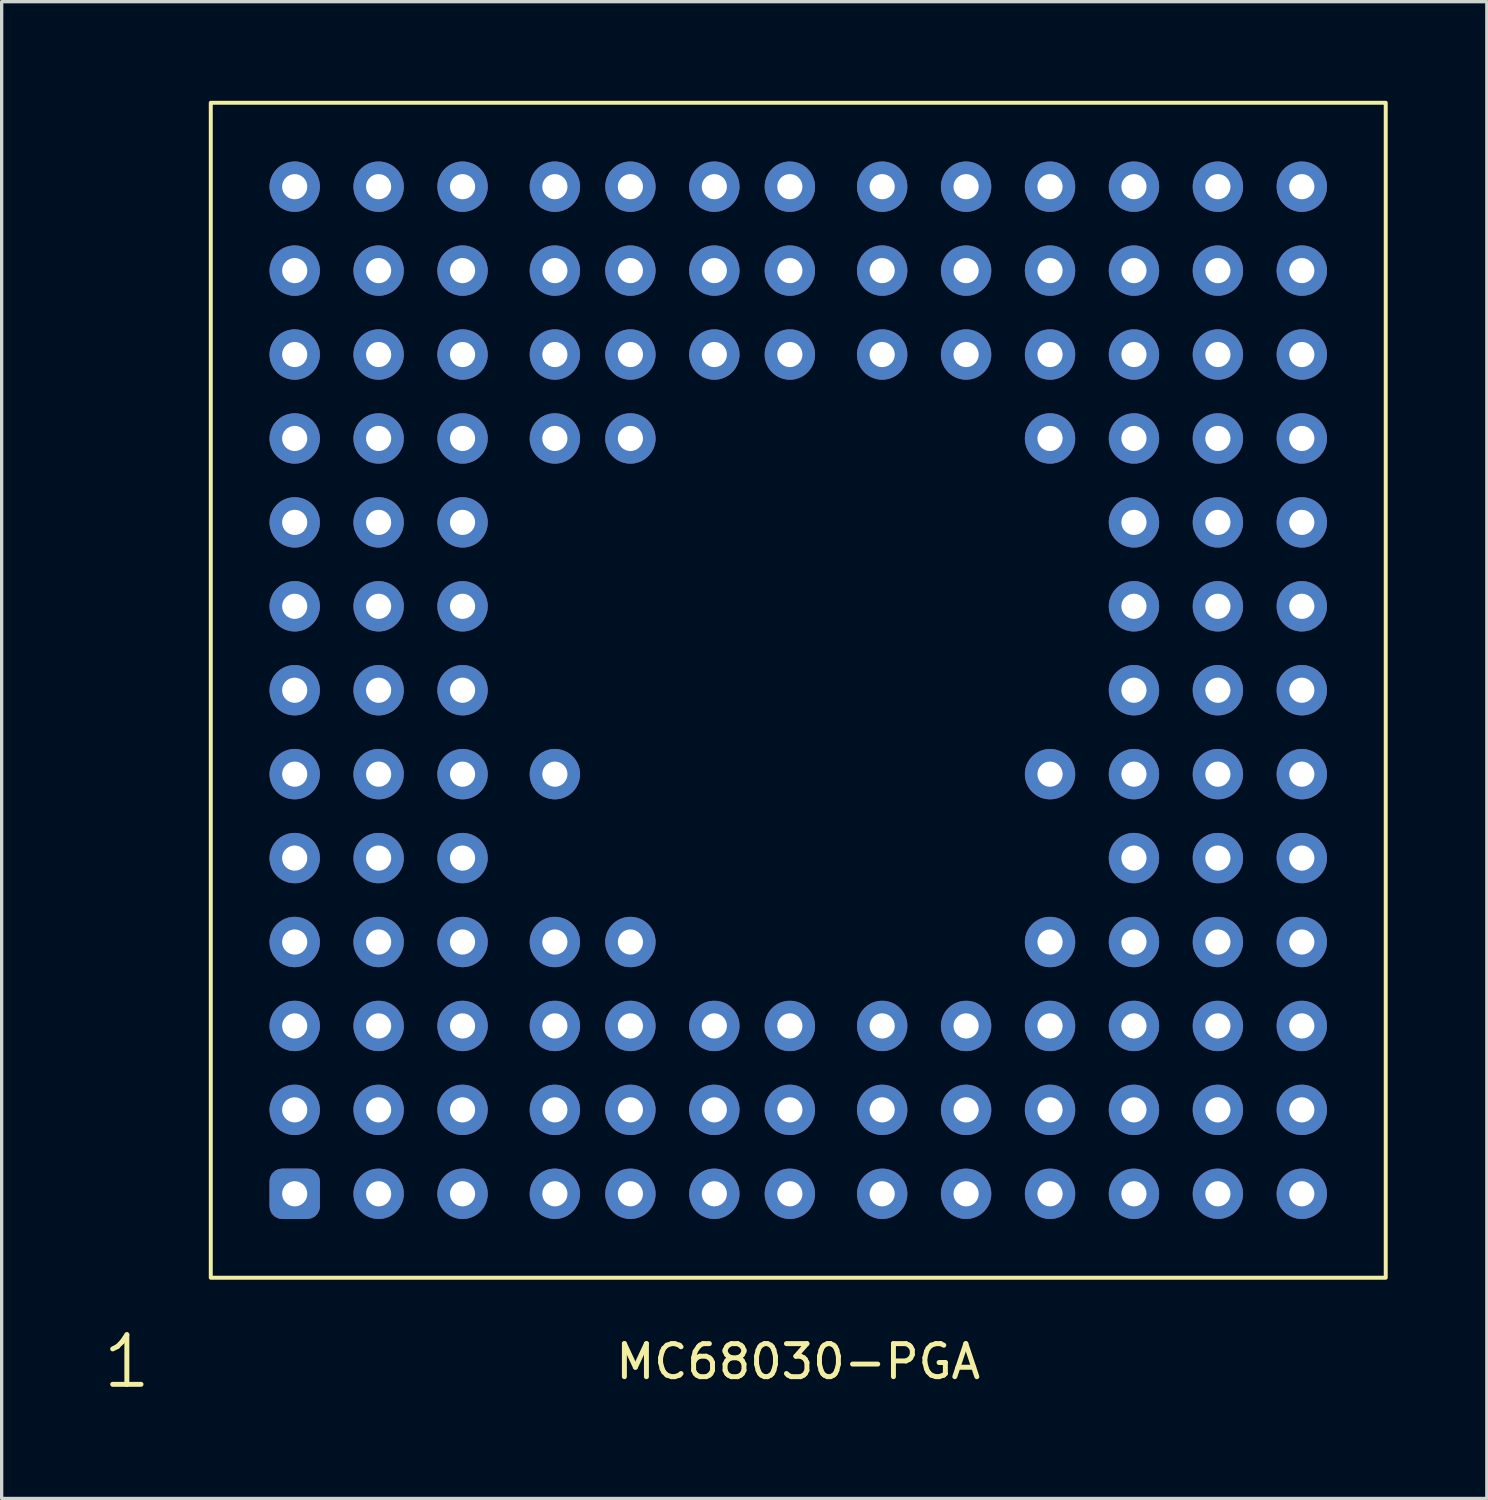
<source format=kicad_pcb>
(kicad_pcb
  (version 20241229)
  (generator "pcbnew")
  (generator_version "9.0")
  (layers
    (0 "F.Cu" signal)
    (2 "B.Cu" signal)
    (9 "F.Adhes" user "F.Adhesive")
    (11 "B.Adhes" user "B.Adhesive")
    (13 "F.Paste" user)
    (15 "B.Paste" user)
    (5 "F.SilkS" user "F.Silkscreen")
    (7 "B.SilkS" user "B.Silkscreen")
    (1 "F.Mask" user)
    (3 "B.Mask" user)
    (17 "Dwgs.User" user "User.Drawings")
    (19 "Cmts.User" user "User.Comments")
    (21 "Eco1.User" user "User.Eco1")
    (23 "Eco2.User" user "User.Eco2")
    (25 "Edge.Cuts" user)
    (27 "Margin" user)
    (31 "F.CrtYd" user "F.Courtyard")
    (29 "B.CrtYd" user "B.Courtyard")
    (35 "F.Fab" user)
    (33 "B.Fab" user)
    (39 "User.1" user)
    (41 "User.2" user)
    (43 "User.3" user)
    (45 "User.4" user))
  (footprint "MC68030-PGA"
    (layer "F.Cu")
    (at 5.869 33.08)
    (property "Reference" "MC68030-PGA" (at 15.24 5.08 0) (unlocked yes) (layer "F.SilkS") (effects (font (size 1 1) (thickness 0.15))))
    (attr through_hole)
    (fp_rect (start -2.54 -33.02) (end 33.02 2.54) (stroke (width 0.12) (type solid)) (fill no) (layer "F.SilkS"))
    (fp_text user "1" (at -5.08 5.08 0) (unlocked yes) (layer "F.SilkS") (effects (font (size 1.5 1.5) (thickness 0.15))))
    (pad "1" thru_hole roundrect (at 0 0) (size 1.524 1.524) (drill 0.762) (layers "*.Cu" "*.Mask") (roundrect_rratio 0.25))
    (pad "2" thru_hole circle (at 2.54 0) (size 1.524 1.524) (drill 0.762) (layers "*.Cu" "*.Mask"))
    (pad "3" thru_hole circle (at 5.08 0) (size 1.524 1.524) (drill 0.762) (layers "*.Cu" "*.Mask"))
    (pad "4" thru_hole circle (at 7.874 0) (size 1.524 1.524) (drill 0.762) (layers "*.Cu" "*.Mask"))
    (pad "5" thru_hole circle (at 10.16 0) (size 1.524 1.524) (drill 0.762) (layers "*.Cu" "*.Mask"))
    (pad "6" thru_hole circle (at 12.7 0) (size 1.524 1.524) (drill 0.762) (layers "*.Cu" "*.Mask"))
    (pad "7" thru_hole circle (at 14.986 0) (size 1.524 1.524) (drill 0.762) (layers "*.Cu" "*.Mask"))
    (pad "8" thru_hole circle (at 17.78 0) (size 1.524 1.524) (drill 0.762) (layers "*.Cu" "*.Mask"))
    (pad "9" thru_hole circle (at 20.32 0) (size 1.524 1.524) (drill 0.762) (layers "*.Cu" "*.Mask"))
    (pad "10" thru_hole circle (at 22.86 0) (size 1.524 1.524) (drill 0.762) (layers "*.Cu" "*.Mask"))
    (pad "11" thru_hole circle (at 25.4 0) (size 1.524 1.524) (drill 0.762) (layers "*.Cu" "*.Mask"))
    (pad "12" thru_hole circle (at 27.94 0) (size 1.524 1.524) (drill 0.762) (layers "*.Cu" "*.Mask"))
    (pad "13" thru_hole circle (at 30.48 0) (size 1.524 1.524) (drill 0.762) (layers "*.Cu" "*.Mask"))
    (pad "14" thru_hole circle (at 0 -2.54) (size 1.524 1.524) (drill 0.762) (layers "*.Cu" "*.Mask"))
    (pad "15" thru_hole circle (at 2.54 -2.54) (size 1.524 1.524) (drill 0.762) (layers "*.Cu" "*.Mask"))
    (pad "16" thru_hole circle (at 5.08 -2.54) (size 1.524 1.524) (drill 0.762) (layers "*.Cu" "*.Mask"))
    (pad "17" thru_hole circle (at 7.874 -2.54) (size 1.524 1.524) (drill 0.762) (layers "*.Cu" "*.Mask"))
    (pad "18" thru_hole circle (at 10.16 -2.54) (size 1.524 1.524) (drill 0.762) (layers "*.Cu" "*.Mask"))
    (pad "19" thru_hole circle (at 12.7 -2.54) (size 1.524 1.524) (drill 0.762) (layers "*.Cu" "*.Mask"))
    (pad "20" thru_hole circle (at 14.986 -2.54) (size 1.524 1.524) (drill 0.762) (layers "*.Cu" "*.Mask"))
    (pad "21" thru_hole circle (at 17.78 -2.54) (size 1.524 1.524) (drill 0.762) (layers "*.Cu" "*.Mask"))
    (pad "22" thru_hole circle (at 20.32 -2.54) (size 1.524 1.524) (drill 0.762) (layers "*.Cu" "*.Mask"))
    (pad "23" thru_hole circle (at 22.86 -2.54) (size 1.524 1.524) (drill 0.762) (layers "*.Cu" "*.Mask"))
    (pad "24" thru_hole circle (at 25.4 -2.54) (size 1.524 1.524) (drill 0.762) (layers "*.Cu" "*.Mask"))
    (pad "25" thru_hole circle (at 27.94 -2.54) (size 1.524 1.524) (drill 0.762) (layers "*.Cu" "*.Mask"))
    (pad "26" thru_hole circle (at 30.48 -2.54) (size 1.524 1.524) (drill 0.762) (layers "*.Cu" "*.Mask"))
    (pad "27" thru_hole circle (at 0 -5.08) (size 1.524 1.524) (drill 0.762) (layers "*.Cu" "*.Mask"))
    (pad "28" thru_hole circle (at 2.54 -5.08) (size 1.524 1.524) (drill 0.762) (layers "*.Cu" "*.Mask"))
    (pad "29" thru_hole circle (at 5.08 -5.08) (size 1.524 1.524) (drill 0.762) (layers "*.Cu" "*.Mask"))
    (pad "30" thru_hole circle (at 7.874 -5.08) (size 1.524 1.524) (drill 0.762) (layers "*.Cu" "*.Mask"))
    (pad "31" thru_hole circle (at 10.16 -5.08) (size 1.524 1.524) (drill 0.762) (layers "*.Cu" "*.Mask"))
    (pad "32" thru_hole circle (at 12.7 -5.08) (size 1.524 1.524) (drill 0.762) (layers "*.Cu" "*.Mask"))
    (pad "33" thru_hole circle (at 14.986 -5.08) (size 1.524 1.524) (drill 0.762) (layers "*.Cu" "*.Mask"))
    (pad "34" thru_hole circle (at 17.78 -5.08) (size 1.524 1.524) (drill 0.762) (layers "*.Cu" "*.Mask"))
    (pad "35" thru_hole circle (at 20.32 -5.08) (size 1.524 1.524) (drill 0.762) (layers "*.Cu" "*.Mask"))
    (pad "36" thru_hole circle (at 22.86 -5.08) (size 1.524 1.524) (drill 0.762) (layers "*.Cu" "*.Mask"))
    (pad "37" thru_hole circle (at 25.4 -5.08) (size 1.524 1.524) (drill 0.762) (layers "*.Cu" "*.Mask"))
    (pad "38" thru_hole circle (at 27.94 -5.08) (size 1.524 1.524) (drill 0.762) (layers "*.Cu" "*.Mask"))
    (pad "39" thru_hole circle (at 30.48 -5.08) (size 1.524 1.524) (drill 0.762) (layers "*.Cu" "*.Mask"))
    (pad "40" thru_hole circle (at 0 -7.62) (size 1.524 1.524) (drill 0.762) (layers "*.Cu" "*.Mask"))
    (pad "41" thru_hole circle (at 2.54 -7.62) (size 1.524 1.524) (drill 0.762) (layers "*.Cu" "*.Mask"))
    (pad "42" thru_hole circle (at 5.08 -7.62) (size 1.524 1.524) (drill 0.762) (layers "*.Cu" "*.Mask"))
    (pad "43" thru_hole circle (at 7.874 -7.62) (size 1.524 1.524) (drill 0.762) (layers "*.Cu" "*.Mask"))
    (pad "44" thru_hole circle (at 10.16 -7.62) (size 1.524 1.524) (drill 0.762) (layers "*.Cu" "*.Mask"))
    (pad "45" thru_hole circle (at 22.86 -7.62) (size 1.524 1.524) (drill 0.762) (layers "*.Cu" "*.Mask"))
    (pad "46" thru_hole circle (at 25.4 -7.62) (size 1.524 1.524) (drill 0.762) (layers "*.Cu" "*.Mask"))
    (pad "47" thru_hole circle (at 27.94 -7.62) (size 1.524 1.524) (drill 0.762) (layers "*.Cu" "*.Mask"))
    (pad "48" thru_hole circle (at 30.48 -7.62) (size 1.524 1.524) (drill 0.762) (layers "*.Cu" "*.Mask"))
    (pad "49" thru_hole circle (at 0 -10.16) (size 1.524 1.524) (drill 0.762) (layers "*.Cu" "*.Mask"))
    (pad "50" thru_hole circle (at 2.54 -10.16) (size 1.524 1.524) (drill 0.762) (layers "*.Cu" "*.Mask"))
    (pad "51" thru_hole circle (at 5.08 -10.16) (size 1.524 1.524) (drill 0.762) (layers "*.Cu" "*.Mask"))
    (pad "52" thru_hole circle (at 25.4 -10.16) (size 1.524 1.524) (drill 0.762) (layers "*.Cu" "*.Mask"))
    (pad "53" thru_hole circle (at 27.94 -10.16) (size 1.524 1.524) (drill 0.762) (layers "*.Cu" "*.Mask"))
    (pad "54" thru_hole circle (at 30.48 -10.16) (size 1.524 1.524) (drill 0.762) (layers "*.Cu" "*.Mask"))
    (pad "55" thru_hole circle (at 0 -12.7) (size 1.524 1.524) (drill 0.762) (layers "*.Cu" "*.Mask"))
    (pad "56" thru_hole circle (at 2.54 -12.7) (size 1.524 1.524) (drill 0.762) (layers "*.Cu" "*.Mask"))
    (pad "57" thru_hole circle (at 5.08 -12.7) (size 1.524 1.524) (drill 0.762) (layers "*.Cu" "*.Mask"))
    (pad "58" thru_hole circle (at 7.874 -12.7) (size 1.524 1.524) (drill 0.762) (layers "*.Cu" "*.Mask"))
    (pad "59" thru_hole circle (at 22.86 -12.7) (size 1.524 1.524) (drill 0.762) (layers "*.Cu" "*.Mask"))
    (pad "60" thru_hole circle (at 25.4 -12.7) (size 1.524 1.524) (drill 0.762) (layers "*.Cu" "*.Mask"))
    (pad "61" thru_hole circle (at 27.94 -12.7) (size 1.524 1.524) (drill 0.762) (layers "*.Cu" "*.Mask"))
    (pad "62" thru_hole circle (at 30.48 -12.7) (size 1.524 1.524) (drill 0.762) (layers "*.Cu" "*.Mask"))
    (pad "63" thru_hole circle (at 0 -15.24) (size 1.524 1.524) (drill 0.762) (layers "*.Cu" "*.Mask"))
    (pad "64" thru_hole circle (at 2.54 -15.24) (size 1.524 1.524) (drill 0.762) (layers "*.Cu" "*.Mask"))
    (pad "65" thru_hole circle (at 5.08 -15.24) (size 1.524 1.524) (drill 0.762) (layers "*.Cu" "*.Mask"))
    (pad "66" thru_hole circle (at 25.4 -15.24) (size 1.524 1.524) (drill 0.762) (layers "*.Cu" "*.Mask"))
    (pad "67" thru_hole circle (at 27.94 -15.24) (size 1.524 1.524) (drill 0.762) (layers "*.Cu" "*.Mask"))
    (pad "68" thru_hole circle (at 30.48 -15.24) (size 1.524 1.524) (drill 0.762) (layers "*.Cu" "*.Mask"))
    (pad "69" thru_hole circle (at 0 -17.78) (size 1.524 1.524) (drill 0.762) (layers "*.Cu" "*.Mask"))
    (pad "70" thru_hole circle (at 2.54 -17.78) (size 1.524 1.524) (drill 0.762) (layers "*.Cu" "*.Mask"))
    (pad "71" thru_hole circle (at 5.08 -17.78) (size 1.524 1.524) (drill 0.762) (layers "*.Cu" "*.Mask"))
    (pad "72" thru_hole circle (at 25.4 -17.78) (size 1.524 1.524) (drill 0.762) (layers "*.Cu" "*.Mask"))
    (pad "73" thru_hole circle (at 27.94 -17.78) (size 1.524 1.524) (drill 0.762) (layers "*.Cu" "*.Mask"))
    (pad "74" thru_hole circle (at 30.48 -17.78) (size 1.524 1.524) (drill 0.762) (layers "*.Cu" "*.Mask"))
    (pad "75" thru_hole circle (at 0 -20.32) (size 1.524 1.524) (drill 0.762) (layers "*.Cu" "*.Mask"))
    (pad "76" thru_hole circle (at 2.54 -20.32) (size 1.524 1.524) (drill 0.762) (layers "*.Cu" "*.Mask"))
    (pad "77" thru_hole circle (at 5.08 -20.32) (size 1.524 1.524) (drill 0.762) (layers "*.Cu" "*.Mask"))
    (pad "78" thru_hole circle (at 25.4 -20.32) (size 1.524 1.524) (drill 0.762) (layers "*.Cu" "*.Mask"))
    (pad "79" thru_hole circle (at 27.94 -20.32) (size 1.524 1.524) (drill 0.762) (layers "*.Cu" "*.Mask"))
    (pad "80" thru_hole circle (at 30.48 -20.32) (size 1.524 1.524) (drill 0.762) (layers "*.Cu" "*.Mask"))
    (pad "81" thru_hole circle (at 0 -22.86) (size 1.524 1.524) (drill 0.762) (layers "*.Cu" "*.Mask"))
    (pad "82" thru_hole circle (at 2.54 -22.86) (size 1.524 1.524) (drill 0.762) (layers "*.Cu" "*.Mask"))
    (pad "83" thru_hole circle (at 5.08 -22.86) (size 1.524 1.524) (drill 0.762) (layers "*.Cu" "*.Mask"))
    (pad "84" thru_hole circle (at 7.874 -22.86) (size 1.524 1.524) (drill 0.762) (layers "*.Cu" "*.Mask"))
    (pad "85" thru_hole circle (at 10.16 -22.86) (size 1.524 1.524) (drill 0.762) (layers "*.Cu" "*.Mask"))
    (pad "86" thru_hole circle (at 22.86 -22.86) (size 1.524 1.524) (drill 0.762) (layers "*.Cu" "*.Mask"))
    (pad "87" thru_hole circle (at 25.4 -22.86) (size 1.524 1.524) (drill 0.762) (layers "*.Cu" "*.Mask"))
    (pad "88" thru_hole circle (at 27.94 -22.86) (size 1.524 1.524) (drill 0.762) (layers "*.Cu" "*.Mask"))
    (pad "89" thru_hole circle (at 30.48 -22.86) (size 1.524 1.524) (drill 0.762) (layers "*.Cu" "*.Mask"))
    (pad "90" thru_hole circle (at 0 -25.4) (size 1.524 1.524) (drill 0.762) (layers "*.Cu" "*.Mask"))
    (pad "91" thru_hole circle (at 2.54 -25.4) (size 1.524 1.524) (drill 0.762) (layers "*.Cu" "*.Mask"))
    (pad "92" thru_hole circle (at 5.08 -25.4) (size 1.524 1.524) (drill 0.762) (layers "*.Cu" "*.Mask"))
    (pad "93" thru_hole circle (at 7.874 -25.4) (size 1.524 1.524) (drill 0.762) (layers "*.Cu" "*.Mask"))
    (pad "94" thru_hole circle (at 10.16 -25.4) (size 1.524 1.524) (drill 0.762) (layers "*.Cu" "*.Mask"))
    (pad "95" thru_hole circle (at 12.7 -25.4) (size 1.524 1.524) (drill 0.762) (layers "*.Cu" "*.Mask"))
    (pad "96" thru_hole circle (at 14.986 -25.4) (size 1.524 1.524) (drill 0.762) (layers "*.Cu" "*.Mask"))
    (pad "97" thru_hole circle (at 17.78 -25.4) (size 1.524 1.524) (drill 0.762) (layers "*.Cu" "*.Mask"))
    (pad "98" thru_hole circle (at 20.32 -25.4) (size 1.524 1.524) (drill 0.762) (layers "*.Cu" "*.Mask"))
    (pad "99" thru_hole circle (at 22.86 -25.4) (size 1.524 1.524) (drill 0.762) (layers "*.Cu" "*.Mask"))
    (pad "100" thru_hole circle (at 25.4 -25.4) (size 1.524 1.524) (drill 0.762) (layers "*.Cu" "*.Mask"))
    (pad "101" thru_hole circle (at 27.94 -25.4) (size 1.524 1.524) (drill 0.762) (layers "*.Cu" "*.Mask"))
    (pad "102" thru_hole circle (at 30.48 -25.4) (size 1.524 1.524) (drill 0.762) (layers "*.Cu" "*.Mask"))
    (pad "103" thru_hole circle (at 0 -27.94) (size 1.524 1.524) (drill 0.762) (layers "*.Cu" "*.Mask"))
    (pad "104" thru_hole circle (at 2.54 -27.94) (size 1.524 1.524) (drill 0.762) (layers "*.Cu" "*.Mask"))
    (pad "105" thru_hole circle (at 5.08 -27.94) (size 1.524 1.524) (drill 0.762) (layers "*.Cu" "*.Mask"))
    (pad "106" thru_hole circle (at 7.874 -27.94) (size 1.524 1.524) (drill 0.762) (layers "*.Cu" "*.Mask"))
    (pad "107" thru_hole circle (at 10.16 -27.94) (size 1.524 1.524) (drill 0.762) (layers "*.Cu" "*.Mask"))
    (pad "108" thru_hole circle (at 12.7 -27.94) (size 1.524 1.524) (drill 0.762) (layers "*.Cu" "*.Mask"))
    (pad "109" thru_hole circle (at 14.986 -27.94) (size 1.524 1.524) (drill 0.762) (layers "*.Cu" "*.Mask"))
    (pad "110" thru_hole circle (at 17.78 -27.94) (size 1.524 1.524) (drill 0.762) (layers "*.Cu" "*.Mask"))
    (pad "111" thru_hole circle (at 20.32 -27.94) (size 1.524 1.524) (drill 0.762) (layers "*.Cu" "*.Mask"))
    (pad "112" thru_hole circle (at 22.86 -27.94) (size 1.524 1.524) (drill 0.762) (layers "*.Cu" "*.Mask"))
    (pad "113" thru_hole circle (at 25.4 -27.94) (size 1.524 1.524) (drill 0.762) (layers "*.Cu" "*.Mask"))
    (pad "114" thru_hole circle (at 27.94 -27.94) (size 1.524 1.524) (drill 0.762) (layers "*.Cu" "*.Mask"))
    (pad "115" thru_hole circle (at 30.48 -27.94) (size 1.524 1.524) (drill 0.762) (layers "*.Cu" "*.Mask"))
    (pad "116" thru_hole circle (at 0 -30.48) (size 1.524 1.524) (drill 0.762) (layers "*.Cu" "*.Mask"))
    (pad "117" thru_hole circle (at 2.54 -30.48) (size 1.524 1.524) (drill 0.762) (layers "*.Cu" "*.Mask"))
    (pad "118" thru_hole circle (at 5.08 -30.48) (size 1.524 1.524) (drill 0.762) (layers "*.Cu" "*.Mask"))
    (pad "119" thru_hole circle (at 7.874 -30.48) (size 1.524 1.524) (drill 0.762) (layers "*.Cu" "*.Mask"))
    (pad "120" thru_hole circle (at 10.16 -30.48) (size 1.524 1.524) (drill 0.762) (layers "*.Cu" "*.Mask"))
    (pad "121" thru_hole circle (at 12.7 -30.48) (size 1.524 1.524) (drill 0.762) (layers "*.Cu" "*.Mask"))
    (pad "122" thru_hole circle (at 14.986 -30.48) (size 1.524 1.524) (drill 0.762) (layers "*.Cu" "*.Mask"))
    (pad "123" thru_hole circle (at 17.78 -30.48) (size 1.524 1.524) (drill 0.762) (layers "*.Cu" "*.Mask"))
    (pad "124" thru_hole circle (at 20.32 -30.48) (size 1.524 1.524) (drill 0.762) (layers "*.Cu" "*.Mask"))
    (pad "125" thru_hole circle (at 22.86 -30.48) (size 1.524 1.524) (drill 0.762) (layers "*.Cu" "*.Mask"))
    (pad "126" thru_hole circle (at 25.4 -30.48) (size 1.524 1.524) (drill 0.762) (layers "*.Cu" "*.Mask"))
    (pad "127" thru_hole circle (at 27.94 -30.48) (size 1.524 1.524) (drill 0.762) (layers "*.Cu" "*.Mask"))
    (pad "128" thru_hole circle (at 30.48 -30.48) (size 1.524 1.524) (drill 0.762) (layers "*.Cu" "*.Mask")))
  (gr_rect
    (start -3 -3)
    (end 41.949 42.301)
    (stroke (width 0.1) (type default))
    (fill no)
    (layer "Edge.Cuts")))
</source>
